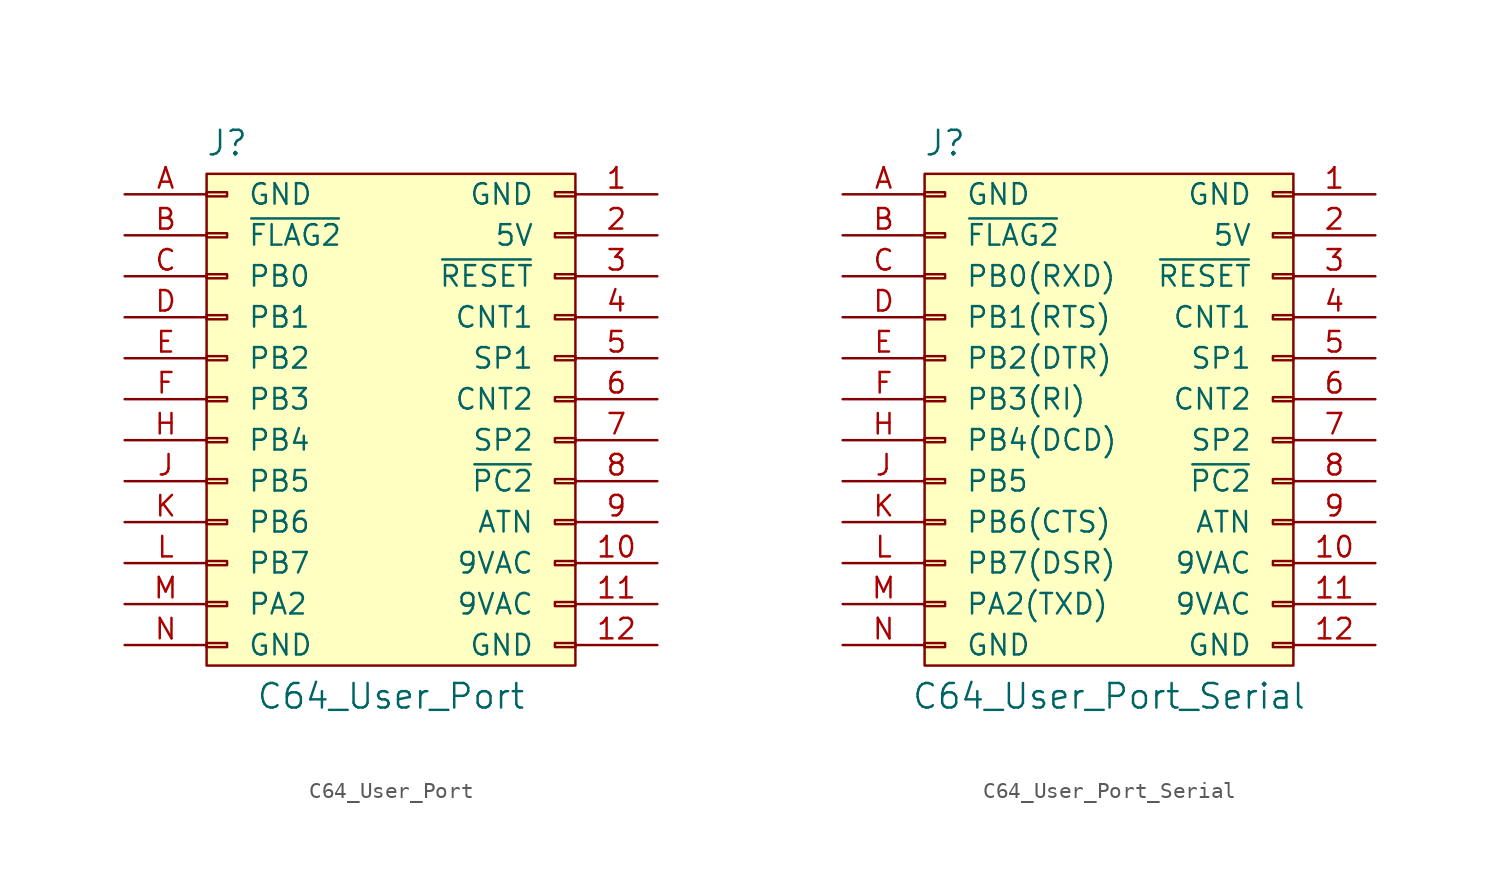
<source format=kicad_sym>
(kicad_symbol_lib
  (version 20231120)
  (generator "kicad_symbol_editor")
  (generator_version "8.0")
  (symbol "C64_User_Port"
    (pin_names
      (offset 2.54))
    (property "Reference" "J"
      (at -10.16 17.145 0)
      (effects (font (size 1.524 1.524))))
    (property "Value" "C64_User_Port"
      (at 0 -17.145 0)
      (effects (font (size 1.524 1.524))))
    (symbol "C64_User_Port_0_1"
      (rectangle (start -11.43 15.24) (end 11.43 -15.24) (stroke (width 0) (type solid)) (fill (type background))))
    (symbol "C64_User_Port_1_1"
      (rectangle (start -11.43 -13.843) (end -10.16 -14.097) (stroke (width 0.152) (type solid)) (fill (type none)))
      (rectangle (start -11.43 -11.303) (end -10.16 -11.557) (stroke (width 0.152) (type solid)) (fill (type none)))
      (rectangle (start -11.43 -8.763) (end -10.16 -9.017) (stroke (width 0.152) (type solid)) (fill (type none)))
      (rectangle (start -11.43 -6.223) (end -10.16 -6.477) (stroke (width 0.152) (type solid)) (fill (type none)))
      (rectangle (start -11.43 -3.683) (end -10.16 -3.937) (stroke (width 0.152) (type solid)) (fill (type none)))
      (rectangle (start -11.43 -1.143) (end -10.16 -1.397) (stroke (width 0.152) (type solid)) (fill (type none)))
      (rectangle (start -11.43 1.397) (end -10.16 1.143) (stroke (width 0.152) (type solid)) (fill (type none)))
      (rectangle (start -11.43 3.937) (end -10.16 3.683) (stroke (width 0.152) (type solid)) (fill (type none)))
      (rectangle (start -11.43 6.477) (end -10.16 6.223) (stroke (width 0.152) (type solid)) (fill (type none)))
      (rectangle (start -11.43 9.017) (end -10.16 8.763) (stroke (width 0.152) (type solid)) (fill (type none)))
      (rectangle (start -11.43 11.557) (end -10.16 11.303) (stroke (width 0.152) (type solid)) (fill (type none)))
      (rectangle (start -11.43 14.097) (end -10.16 13.843) (stroke (width 0.152) (type solid)) (fill (type none)))
      (rectangle (start 10.16 -13.843) (end 11.43 -14.097) (stroke (width 0.152) (type solid)) (fill (type none)))
      (rectangle (start 10.16 -11.303) (end 11.43 -11.557) (stroke (width 0.152) (type solid)) (fill (type none)))
      (rectangle (start 10.16 -8.763) (end 11.43 -9.017) (stroke (width 0.152) (type solid)) (fill (type none)))
      (rectangle (start 10.16 -6.223) (end 11.43 -6.477) (stroke (width 0.152) (type solid)) (fill (type none)))
      (rectangle (start 10.16 -3.683) (end 11.43 -3.937) (stroke (width 0.152) (type solid)) (fill (type none)))
      (rectangle (start 10.16 -1.143) (end 11.43 -1.397) (stroke (width 0.152) (type solid)) (fill (type none)))
      (rectangle (start 10.16 1.397) (end 11.43 1.143) (stroke (width 0.152) (type solid)) (fill (type none)))
      (rectangle (start 10.16 3.937) (end 11.43 3.683) (stroke (width 0.152) (type solid)) (fill (type none)))
      (rectangle (start 10.16 6.477) (end 11.43 6.223) (stroke (width 0.152) (type solid)) (fill (type none)))
      (rectangle (start 10.16 9.017) (end 11.43 8.763) (stroke (width 0.152) (type solid)) (fill (type none)))
      (rectangle (start 10.16 11.557) (end 11.43 11.303) (stroke (width 0.152) (type solid)) (fill (type none)))
      (rectangle (start 10.16 14.097) (end 11.43 13.843) (stroke (width 0.152) (type solid)) (fill (type none)))
      (pin passive line (at 16.51 13.97 180) (length 5.08) (name "GND" (effects (font (size 1.27 1.27)))) (number "1" (effects (font (size 1.27 1.27)))))
      (pin power_out line (at 16.51 -8.89 180) (length 5.08) (name "9VAC" (effects (font (size 1.27 1.27)))) (number "10" (effects (font (size 1.27 1.27)))))
      (pin power_out line (at 16.51 -11.43 180) (length 5.08) (name "9VAC" (effects (font (size 1.27 1.27)))) (number "11" (effects (font (size 1.27 1.27)))))
      (pin passive line (at 16.51 -13.97 180) (length 5.08) (name "GND" (effects (font (size 1.27 1.27)))) (number "12" (effects (font (size 1.27 1.27)))))
      (pin power_out line (at 16.51 11.43 180) (length 5.08) (name "5V" (effects (font (size 1.27 1.27)))) (number "2" (effects (font (size 1.27 1.27)))))
      (pin bidirectional line (at 16.51 8.89 180) (length 5.08) (name "~{RESET}" (effects (font (size 1.27 1.27)))) (number "3" (effects (font (size 1.27 1.27)))))
      (pin input line (at 16.51 6.35 180) (length 5.08) (name "CNT1" (effects (font (size 1.27 1.27)))) (number "4" (effects (font (size 1.27 1.27)))))
      (pin bidirectional line (at 16.51 3.81 180) (length 5.08) (name "SP1" (effects (font (size 1.27 1.27)))) (number "5" (effects (font (size 1.27 1.27)))))
      (pin input line (at 16.51 1.27 180) (length 5.08) (name "CNT2" (effects (font (size 1.27 1.27)))) (number "6" (effects (font (size 1.27 1.27)))))
      (pin bidirectional line (at 16.51 -1.27 180) (length 5.08) (name "SP2" (effects (font (size 1.27 1.27)))) (number "7" (effects (font (size 1.27 1.27)))))
      (pin input line (at 16.51 -3.81 180) (length 5.08) (name "~{PC2}" (effects (font (size 1.27 1.27)))) (number "8" (effects (font (size 1.27 1.27)))))
      (pin output line (at 16.51 -6.35 180) (length 5.08) (name "ATN" (effects (font (size 1.27 1.27)))) (number "9" (effects (font (size 1.27 1.27)))))
      (pin passive line (at -16.51 13.97 0) (length 5.08) (name "GND" (effects (font (size 1.27 1.27)))) (number "A" (effects (font (size 1.27 1.27)))))
      (pin input line (at -16.51 11.43 0) (length 5.08) (name "~{FLAG2}" (effects (font (size 1.27 1.27)))) (number "B" (effects (font (size 1.27 1.27)))))
      (pin bidirectional line (at -16.51 8.89 0) (length 5.08) (name "PB0" (effects (font (size 1.27 1.27)))) (number "C" (effects (font (size 1.27 1.27)))))
      (pin bidirectional line (at -16.51 6.35 0) (length 5.08) (name "PB1" (effects (font (size 1.27 1.27)))) (number "D" (effects (font (size 1.27 1.27)))))
      (pin bidirectional line (at -16.51 3.81 0) (length 5.08) (name "PB2" (effects (font (size 1.27 1.27)))) (number "E" (effects (font (size 1.27 1.27)))))
      (pin bidirectional line (at -16.51 1.27 0) (length 5.08) (name "PB3" (effects (font (size 1.27 1.27)))) (number "F" (effects (font (size 1.27 1.27)))))
      (pin bidirectional line (at -16.51 -1.27 0) (length 5.08) (name "PB4" (effects (font (size 1.27 1.27)))) (number "H" (effects (font (size 1.27 1.27)))))
      (pin bidirectional line (at -16.51 -3.81 0) (length 5.08) (name "PB5" (effects (font (size 1.27 1.27)))) (number "J" (effects (font (size 1.27 1.27)))))
      (pin bidirectional line (at -16.51 -6.35 0) (length 5.08) (name "PB6" (effects (font (size 1.27 1.27)))) (number "K" (effects (font (size 1.27 1.27)))))
      (pin bidirectional line (at -16.51 -8.89 0) (length 5.08) (name "PB7" (effects (font (size 1.27 1.27)))) (number "L" (effects (font (size 1.27 1.27)))))
      (pin bidirectional line (at -16.51 -11.43 0) (length 5.08) (name "PA2" (effects (font (size 1.27 1.27)))) (number "M" (effects (font (size 1.27 1.27)))))
      (pin passive line (at -16.51 -13.97 0) (length 5.08) (name "GND" (effects (font (size 1.27 1.27)))) (number "N" (effects (font (size 1.27 1.27)))))))
  (symbol "C64_User_Port_Serial"
    (pin_names
      (offset 2.54))
    (property "Reference" "J"
      (at -10.16 17.145 0)
      (effects (font (size 1.524 1.524))))
    (property "Value" "C64_User_Port_Serial"
      (at 0 -17.145 0)
      (effects (font (size 1.524 1.524))))
    (symbol "C64_User_Port_Serial_0_1"
      (rectangle (start -11.43 15.24) (end 11.43 -15.24) (stroke (width 0) (type solid)) (fill (type background))))
    (symbol "C64_User_Port_Serial_1_1"
      (rectangle (start -11.43 -13.843) (end -10.16 -14.097) (stroke (width 0.152) (type solid)) (fill (type none)))
      (rectangle (start -11.43 -11.303) (end -10.16 -11.557) (stroke (width 0.152) (type solid)) (fill (type none)))
      (rectangle (start -11.43 -8.763) (end -10.16 -9.017) (stroke (width 0.152) (type solid)) (fill (type none)))
      (rectangle (start -11.43 -6.223) (end -10.16 -6.477) (stroke (width 0.152) (type solid)) (fill (type none)))
      (rectangle (start -11.43 -3.683) (end -10.16 -3.937) (stroke (width 0.152) (type solid)) (fill (type none)))
      (rectangle (start -11.43 -1.143) (end -10.16 -1.397) (stroke (width 0.152) (type solid)) (fill (type none)))
      (rectangle (start -11.43 1.397) (end -10.16 1.143) (stroke (width 0.152) (type solid)) (fill (type none)))
      (rectangle (start -11.43 3.937) (end -10.16 3.683) (stroke (width 0.152) (type solid)) (fill (type none)))
      (rectangle (start -11.43 6.477) (end -10.16 6.223) (stroke (width 0.152) (type solid)) (fill (type none)))
      (rectangle (start -11.43 9.017) (end -10.16 8.763) (stroke (width 0.152) (type solid)) (fill (type none)))
      (rectangle (start -11.43 11.557) (end -10.16 11.303) (stroke (width 0.152) (type solid)) (fill (type none)))
      (rectangle (start -11.43 14.097) (end -10.16 13.843) (stroke (width 0.152) (type solid)) (fill (type none)))
      (rectangle (start 10.16 -13.843) (end 11.43 -14.097) (stroke (width 0.152) (type solid)) (fill (type none)))
      (rectangle (start 10.16 -11.303) (end 11.43 -11.557) (stroke (width 0.152) (type solid)) (fill (type none)))
      (rectangle (start 10.16 -8.763) (end 11.43 -9.017) (stroke (width 0.152) (type solid)) (fill (type none)))
      (rectangle (start 10.16 -6.223) (end 11.43 -6.477) (stroke (width 0.152) (type solid)) (fill (type none)))
      (rectangle (start 10.16 -3.683) (end 11.43 -3.937) (stroke (width 0.152) (type solid)) (fill (type none)))
      (rectangle (start 10.16 -1.143) (end 11.43 -1.397) (stroke (width 0.152) (type solid)) (fill (type none)))
      (rectangle (start 10.16 1.397) (end 11.43 1.143) (stroke (width 0.152) (type solid)) (fill (type none)))
      (rectangle (start 10.16 3.937) (end 11.43 3.683) (stroke (width 0.152) (type solid)) (fill (type none)))
      (rectangle (start 10.16 6.477) (end 11.43 6.223) (stroke (width 0.152) (type solid)) (fill (type none)))
      (rectangle (start 10.16 9.017) (end 11.43 8.763) (stroke (width 0.152) (type solid)) (fill (type none)))
      (rectangle (start 10.16 11.557) (end 11.43 11.303) (stroke (width 0.152) (type solid)) (fill (type none)))
      (rectangle (start 10.16 14.097) (end 11.43 13.843) (stroke (width 0.152) (type solid)) (fill (type none)))
      (pin passive line (at 16.51 13.97 180) (length 5.08) (name "GND" (effects (font (size 1.27 1.27)))) (number "1" (effects (font (size 1.27 1.27)))))
      (pin power_out line (at 16.51 -8.89 180) (length 5.08) (name "9VAC" (effects (font (size 1.27 1.27)))) (number "10" (effects (font (size 1.27 1.27)))))
      (pin power_out line (at 16.51 -11.43 180) (length 5.08) (name "9VAC" (effects (font (size 1.27 1.27)))) (number "11" (effects (font (size 1.27 1.27)))))
      (pin passive line (at 16.51 -13.97 180) (length 5.08) (name "GND" (effects (font (size 1.27 1.27)))) (number "12" (effects (font (size 1.27 1.27)))))
      (pin power_out line (at 16.51 11.43 180) (length 5.08) (name "5V" (effects (font (size 1.27 1.27)))) (number "2" (effects (font (size 1.27 1.27)))))
      (pin bidirectional line (at 16.51 8.89 180) (length 5.08) (name "~{RESET}" (effects (font (size 1.27 1.27)))) (number "3" (effects (font (size 1.27 1.27)))))
      (pin input line (at 16.51 6.35 180) (length 5.08) (name "CNT1" (effects (font (size 1.27 1.27)))) (number "4" (effects (font (size 1.27 1.27)))))
      (pin passive line (at 16.51 3.81 180) (length 5.08) (name "SP1" (effects (font (size 1.27 1.27)))) (number "5" (effects (font (size 1.27 1.27)))))
      (pin input line (at 16.51 1.27 180) (length 5.08) (name "CNT2" (effects (font (size 1.27 1.27)))) (number "6" (effects (font (size 1.27 1.27)))))
      (pin passive line (at 16.51 -1.27 180) (length 5.08) (name "SP2" (effects (font (size 1.27 1.27)))) (number "7" (effects (font (size 1.27 1.27)))))
      (pin input line (at 16.51 -3.81 180) (length 5.08) (name "~{PC2}" (effects (font (size 1.27 1.27)))) (number "8" (effects (font (size 1.27 1.27)))))
      (pin output line (at 16.51 -6.35 180) (length 5.08) (name "ATN" (effects (font (size 1.27 1.27)))) (number "9" (effects (font (size 1.27 1.27)))))
      (pin passive line (at -16.51 13.97 0) (length 5.08) (name "GND" (effects (font (size 1.27 1.27)))) (number "A" (effects (font (size 1.27 1.27)))))
      (pin passive line (at -16.51 11.43 0) (length 5.08) (name "~{FLAG2}" (effects (font (size 1.27 1.27)))) (number "B" (effects (font (size 1.27 1.27)))))
      (pin input line (at -16.51 8.89 0) (length 5.08) (name "PB0(RXD)" (effects (font (size 1.27 1.27)))) (number "C" (effects (font (size 1.27 1.27)))))
      (pin output line (at -16.51 6.35 0) (length 5.08) (name "PB1(RTS)" (effects (font (size 1.27 1.27)))) (number "D" (effects (font (size 1.27 1.27)))))
      (pin bidirectional line (at -16.51 3.81 0) (length 5.08) (name "PB2(DTR)" (effects (font (size 1.27 1.27)))) (number "E" (effects (font (size 1.27 1.27)))))
      (pin input line (at -16.51 1.27 0) (length 5.08) (name "PB3(RI)" (effects (font (size 1.27 1.27)))) (number "F" (effects (font (size 1.27 1.27)))))
      (pin input line (at -16.51 -1.27 0) (length 5.08) (name "PB4(DCD)" (effects (font (size 1.27 1.27)))) (number "H" (effects (font (size 1.27 1.27)))))
      (pin bidirectional line (at -16.51 -3.81 0) (length 5.08) (name "PB5" (effects (font (size 1.27 1.27)))) (number "J" (effects (font (size 1.27 1.27)))))
      (pin input line (at -16.51 -6.35 0) (length 5.08) (name "PB6(CTS)" (effects (font (size 1.27 1.27)))) (number "K" (effects (font (size 1.27 1.27)))))
      (pin bidirectional line (at -16.51 -8.89 0) (length 5.08) (name "PB7(DSR)" (effects (font (size 1.27 1.27)))) (number "L" (effects (font (size 1.27 1.27)))))
      (pin output line (at -16.51 -11.43 0) (length 5.08) (name "PA2(TXD)" (effects (font (size 1.27 1.27)))) (number "M" (effects (font (size 1.27 1.27)))))
      (pin passive line (at -16.51 -13.97 0) (length 5.08) (name "GND" (effects (font (size 1.27 1.27)))) (number "N" (effects (font (size 1.27 1.27))))))))
</source>
